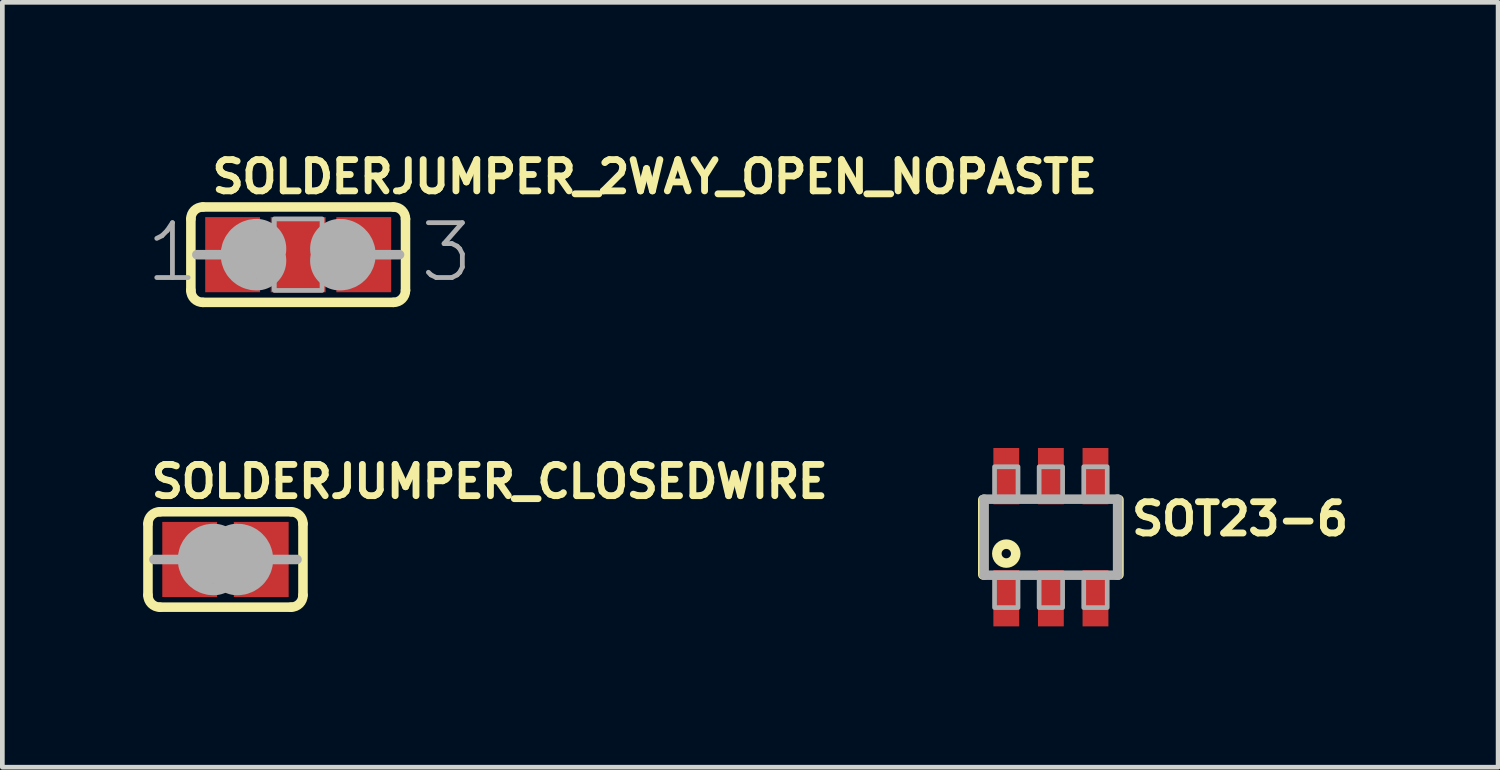
<source format=kicad_pcb>
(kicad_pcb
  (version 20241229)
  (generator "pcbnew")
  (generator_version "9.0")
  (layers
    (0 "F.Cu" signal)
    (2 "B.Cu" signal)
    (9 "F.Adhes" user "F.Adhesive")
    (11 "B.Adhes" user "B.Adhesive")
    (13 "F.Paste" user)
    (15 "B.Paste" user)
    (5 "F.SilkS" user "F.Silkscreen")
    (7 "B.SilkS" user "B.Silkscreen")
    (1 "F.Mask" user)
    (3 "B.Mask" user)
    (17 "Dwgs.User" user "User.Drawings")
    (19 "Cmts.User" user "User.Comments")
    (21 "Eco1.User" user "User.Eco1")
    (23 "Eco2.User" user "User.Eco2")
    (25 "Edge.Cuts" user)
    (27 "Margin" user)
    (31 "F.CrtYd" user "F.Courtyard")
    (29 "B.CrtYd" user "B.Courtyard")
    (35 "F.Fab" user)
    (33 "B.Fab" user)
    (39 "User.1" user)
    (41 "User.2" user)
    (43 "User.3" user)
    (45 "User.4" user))
  (footprint "SOT23-6"
    (layer "F.Cu")
    (at 19.336 8.393)
    (property "Reference" "SOT23-6" (at 1.651 0 0) (layer "F.SilkS") (effects (font (size 0.666 0.666) (thickness 0.146)) (justify left bottom)))
    (fp_line (start -1.45 -0.8) (end -1.45 0.8) (stroke (width 0.203) (type solid)) (layer "F.SilkS"))
    (fp_line (start 1.45 0.8) (end 1.45 -0.8) (stroke (width 0.203) (type solid)) (layer "F.SilkS"))
    (fp_circle (center -0.95 0.35) (end -0.85 0.35) (stroke (width 0.203) (type solid)) (fill no) (layer "F.SilkS"))
    (fp_line (start -1.422 -0.81) (end 1.422 -0.81) (stroke (width 0.203) (type solid)) (layer "F.Fab"))
    (fp_line (start -1.422 0.81) (end -1.422 -0.81) (stroke (width 0.203) (type solid)) (layer "F.Fab"))
    (fp_line (start 1.422 -0.81) (end 1.422 0.81) (stroke (width 0.203) (type solid)) (layer "F.Fab"))
    (fp_line (start 1.422 0.81) (end -1.422 0.81) (stroke (width 0.203) (type solid)) (layer "F.Fab"))
    (fp_poly (pts (xy -1.2 -0.85) (xy -0.7 -0.85) (xy -0.7 -1.5) (xy -1.2 -1.5)) (stroke (width 0.1) (type default)) (fill no) (layer "F.Fab"))
    (fp_poly (pts (xy -1.2 1.5) (xy -0.7 1.5) (xy -0.7 0.85) (xy -1.2 0.85)) (stroke (width 0.1) (type default)) (fill no) (layer "F.Fab"))
    (fp_poly (pts (xy -0.25 -0.85) (xy 0.25 -0.85) (xy 0.25 -1.5) (xy -0.25 -1.5)) (stroke (width 0.1) (type default)) (fill no) (layer "F.Fab"))
    (fp_poly (pts (xy -0.25 1.5) (xy 0.25 1.5) (xy 0.25 0.85) (xy -0.25 0.85)) (stroke (width 0.1) (type default)) (fill no) (layer "F.Fab"))
    (fp_poly (pts (xy 0.7 -0.85) (xy 1.2 -0.85) (xy 1.2 -1.5) (xy 0.7 -1.5)) (stroke (width 0.1) (type default)) (fill no) (layer "F.Fab"))
    (fp_poly (pts (xy 0.7 1.5) (xy 1.2 1.5) (xy 1.2 0.85) (xy 0.7 0.85)) (stroke (width 0.1) (type default)) (fill no) (layer "F.Fab"))
    (pad "1" smd rect (at -0.95 1.3) (size 0.55 1.2) (layers "F.Cu" "F.Mask" "F.Paste"))
    (pad "2" smd rect (at 0 1.3) (size 0.55 1.2) (layers "F.Cu" "F.Mask" "F.Paste"))
    (pad "3" smd rect (at 0.95 1.3) (size 0.55 1.2) (layers "F.Cu" "F.Mask" "F.Paste"))
    (pad "4" smd rect (at 0.95 -1.3) (size 0.55 1.2) (layers "F.Cu" "F.Mask" "F.Paste"))
    (pad "5" smd rect (at 0 -1.3) (size 0.55 1.2) (layers "F.Cu" "F.Mask" "F.Paste"))
    (pad "6" smd rect (at -0.95 -1.3) (size 0.55 1.2) (layers "F.Cu" "F.Mask" "F.Paste")))
  (footprint "SOLDERJUMPER_2WAY_OPEN_NOPASTE"
    (layer "F.Cu")
    (at 3.302 2.375)
    (property "Reference" "SOLDERJUMPER_2WAY_OPEN_NOPASTE" (at -1.905 -1.27 0) (layer "F.SilkS") (effects (font (size 0.666 0.666) (thickness 0.146)) (justify left bottom)))
    (fp_line (start -2.286 0.762) (end -2.286 -0.762) (stroke (width 0.203) (type solid)) (layer "F.SilkS"))
    (fp_line (start -2.032 -1.016) (end 2.032 -1.016) (stroke (width 0.203) (type solid)) (layer "F.SilkS"))
    (fp_line (start 2.032 1.016) (end -2.032 1.016) (stroke (width 0.203) (type solid)) (layer "F.SilkS"))
    (fp_line (start 2.286 0.762) (end 2.286 -0.762) (stroke (width 0.203) (type solid)) (layer "F.SilkS"))
    (fp_arc (start -2.286 -0.762) (mid -2.211605 -0.941605) (end -2.032 -1.016) (stroke (width 0.2032) (type solid)) (layer "F.SilkS"))
    (fp_arc (start -2.032 1.016) (mid -2.211605 0.941605) (end -2.286 0.762) (stroke (width 0.2032) (type solid)) (layer "F.SilkS"))
    (fp_arc (start 2.032 -1.016) (mid 2.211605 -0.941605) (end 2.286 -0.762) (stroke (width 0.2032) (type solid)) (layer "F.SilkS"))
    (fp_arc (start 2.286 0.762) (mid 2.211605 0.941605) (end 2.032 1.016) (stroke (width 0.2032) (type solid)) (layer "F.SilkS"))
    (fp_line (start -1.651 0) (end -2.159 0) (stroke (width 0.203) (type solid)) (layer "F.Fab"))
    (fp_line (start 1.651 0) (end 2.159 0) (stroke (width 0.203) (type solid)) (layer "F.Fab"))
    (fp_arc (start -0.889 0.127) (mid -1.016 0) (end -0.889 -0.127) (stroke (width 1.27) (type solid)) (layer "F.Fab"))
    (fp_arc (start 0.889 -0.127) (mid 1.016 0) (end 0.889 0.127) (stroke (width 1.27) (type solid)) (layer "F.Fab"))
    (fp_poly (pts (xy -0.508 0.762) (xy 0.508 0.762) (xy 0.508 -0.762) (xy -0.508 -0.762)) (stroke (width 0.1) (type default)) (fill no) (layer "F.Fab"))
    (fp_text user "1" (at -3.302 0.635 0) (layer "F.Fab") (effects (font (size 1.168 1.168) (thickness 0.102)) (justify left bottom)))
    (fp_text user "3" (at 2.54 0.635 0) (layer "F.Fab") (effects (font (size 1.168 1.168) (thickness 0.102)) (justify left bottom)))
    (pad "1" smd rect (at -1.397 0) (size 1.168 1.6) (layers "F.Cu" "F.Mask"))
    (pad "2" smd rect (at 0 0) (size 1.168 1.6) (layers "F.Cu" "F.Mask" "F.Paste"))
    (pad "3" smd rect (at 1.397 0) (size 1.168 1.6) (layers "F.Cu" "F.Mask")))
  (footprint "SOLDERJUMPER_CLOSEDWIRE"
    (layer "F.Cu")
    (at 1.753 8.868)
    (property "Reference" "SOLDERJUMPER_CLOSEDWIRE" (at -1.651 -1.27 0) (layer "F.SilkS") (effects (font (size 0.666 0.666) (thickness 0.146)) (justify left bottom)))
    (fp_poly (pts (xy 1.397 0.889) (xy -1.397 0.889) (xy -1.397 -0.889) (xy 1.397 -0.889)) (stroke (width 0) (type default)) (fill yes) (layer "F.Mask"))
    (fp_line (start -1.651 0.762) (end -1.651 -0.762) (stroke (width 0.203) (type solid)) (layer "F.SilkS"))
    (fp_line (start -1.397 -1.016) (end 1.397 -1.016) (stroke (width 0.203) (type solid)) (layer "F.SilkS"))
    (fp_line (start 1.397 1.016) (end -1.397 1.016) (stroke (width 0.203) (type solid)) (layer "F.SilkS"))
    (fp_line (start 1.651 0.762) (end 1.651 -0.762) (stroke (width 0.203) (type solid)) (layer "F.SilkS"))
    (fp_arc (start -1.651 -0.762) (mid -1.576605 -0.941605) (end -1.397 -1.016) (stroke (width 0.2032) (type solid)) (layer "F.SilkS"))
    (fp_arc (start -1.397 1.016) (mid -1.576605 0.941605) (end -1.651 0.762) (stroke (width 0.2032) (type solid)) (layer "F.SilkS"))
    (fp_arc (start 1.397 -1.016) (mid 1.576605 -0.941605) (end 1.651 -0.762) (stroke (width 0.2032) (type solid)) (layer "F.SilkS"))
    (fp_arc (start 1.651 0.762) (mid 1.576605 0.941605) (end 1.397 1.016) (stroke (width 0.2032) (type solid)) (layer "F.SilkS"))
    (fp_line (start -1.016 0) (end -1.524 0) (stroke (width 0.203) (type solid)) (layer "F.Fab"))
    (fp_line (start 1.016 0) (end 1.524 0) (stroke (width 0.203) (type solid)) (layer "F.Fab"))
    (fp_arc (start -0.254 0.127) (mid -0.381 0) (end -0.254 -0.127) (stroke (width 1.27) (type solid)) (layer "F.Fab"))
    (fp_arc (start 0.254 -0.127) (mid 0.381 0) (end 0.254 0.127) (stroke (width 1.27) (type solid)) (layer "F.Fab"))
    (pad "1" smd rect (at -0.762 0) (size 1.168 1.6) (layers "F.Cu" "F.Mask"))
    (pad "2" smd rect (at 0.762 0) (size 1.168 1.6) (layers "F.Cu" "F.Mask"))
    (pad "WIRE" smd rect (at 0 0) (size 0.635 0.203) (layers "F.Cu" "F.Mask")))
  (gr_rect
    (start -3 -3)
    (end 28.863 13.293)
    (stroke (width 0.1) (type default))
    (fill no)
    (layer "Edge.Cuts")))
</source>
